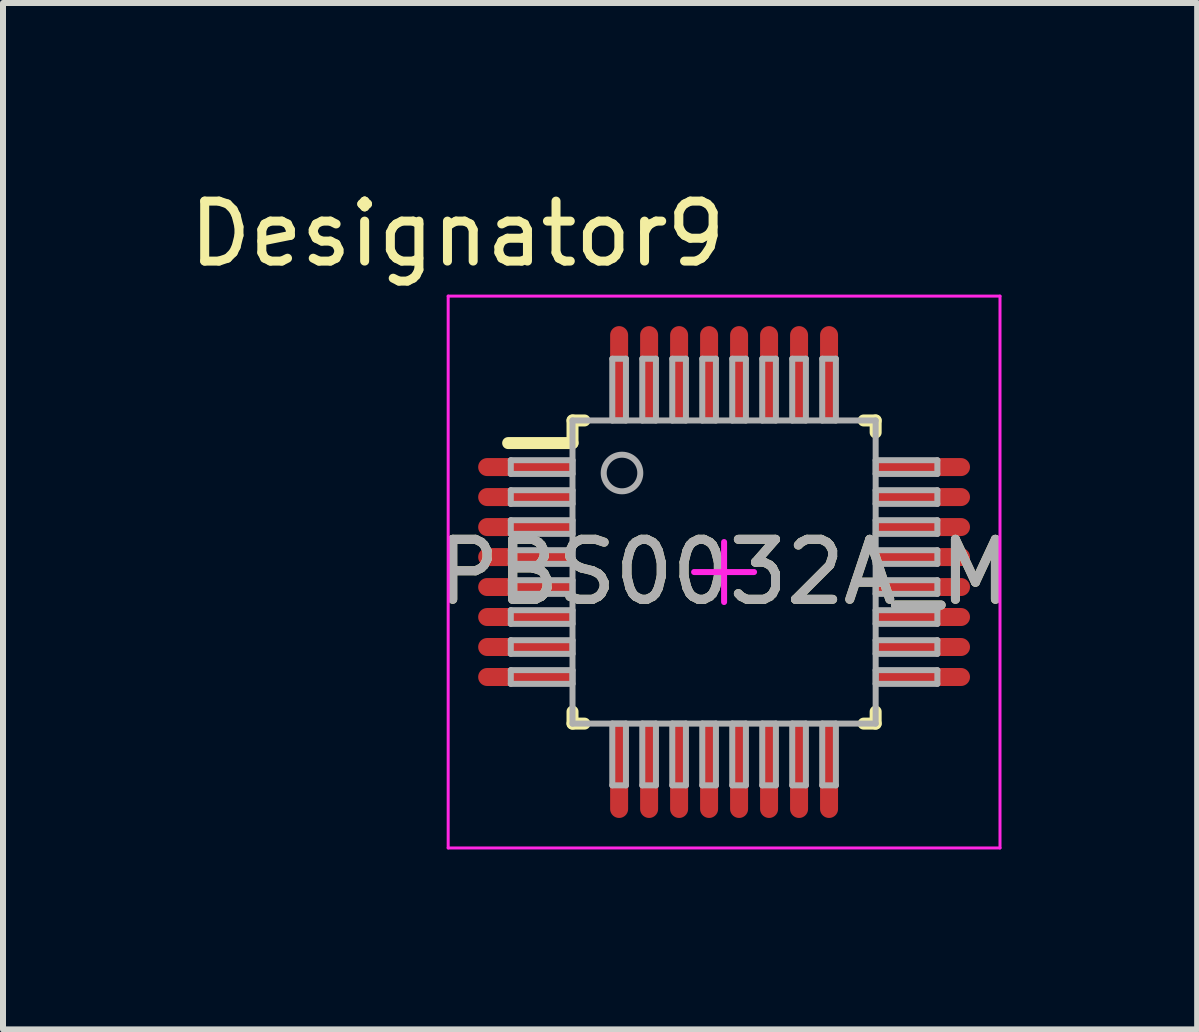
<source format=kicad_pcb>
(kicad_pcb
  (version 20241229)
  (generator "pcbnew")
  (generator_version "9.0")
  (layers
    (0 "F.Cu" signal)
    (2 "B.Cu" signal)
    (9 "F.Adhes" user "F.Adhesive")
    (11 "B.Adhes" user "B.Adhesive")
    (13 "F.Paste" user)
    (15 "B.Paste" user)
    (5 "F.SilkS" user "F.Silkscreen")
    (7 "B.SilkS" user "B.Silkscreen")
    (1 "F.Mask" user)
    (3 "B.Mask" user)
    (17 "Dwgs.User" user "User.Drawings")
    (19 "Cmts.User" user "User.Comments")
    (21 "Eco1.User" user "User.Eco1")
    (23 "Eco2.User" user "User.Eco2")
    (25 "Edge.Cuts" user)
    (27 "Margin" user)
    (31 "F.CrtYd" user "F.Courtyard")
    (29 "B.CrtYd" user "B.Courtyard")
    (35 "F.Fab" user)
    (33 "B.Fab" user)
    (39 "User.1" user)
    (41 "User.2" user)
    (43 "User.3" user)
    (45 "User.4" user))
  (footprint "PBS0032A_M"
    (layer "F.Cu")
    (at 9.022 6.487)
    (property "Reference" "PBS0032A_M" (at 0 0 0) (unlocked yes) (layer "F.SilkS") (effects (font (size 1 1) (thickness 0.15))))
    (attr smd)
    (fp_line (start -3.6 -2.15) (end -2.527 -2.15) (stroke (width 0.2) (type solid)) (layer "F.SilkS"))
    (fp_line (start -2.527 -2.527) (end -2.327 -2.527) (stroke (width 0.2) (type solid)) (layer "F.SilkS"))
    (fp_line (start -2.527 -2.15) (end -2.527 -2.527) (stroke (width 0.2) (type solid)) (layer "F.SilkS"))
    (fp_line (start -2.527 2.527) (end -2.527 2.327) (stroke (width 0.2) (type solid)) (layer "F.SilkS"))
    (fp_line (start -2.527 2.527) (end -2.327 2.527) (stroke (width 0.2) (type solid)) (layer "F.SilkS"))
    (fp_line (start 2.327 -2.527) (end 2.527 -2.527) (stroke (width 0.2) (type solid)) (layer "F.SilkS"))
    (fp_line (start 2.327 2.527) (end 2.527 2.527) (stroke (width 0.2) (type solid)) (layer "F.SilkS"))
    (fp_line (start 2.527 -2.327) (end 2.527 -2.527) (stroke (width 0.2) (type solid)) (layer "F.SilkS"))
    (fp_line (start 2.527 2.527) (end 2.527 2.327) (stroke (width 0.2) (type solid)) (layer "F.SilkS"))
    (fp_line (start -4.6 -4.6) (end 4.6 -4.6) (stroke (width 0.05) (type solid)) (layer "F.CrtYd"))
    (fp_line (start -4.6 4.6) (end -4.6 -4.6) (stroke (width 0.05) (type solid)) (layer "F.CrtYd"))
    (fp_line (start -4.6 4.6) (end 4.6 4.6) (stroke (width 0.05) (type solid)) (layer "F.CrtYd"))
    (fp_line (start -0.5 0.000003) (end 0.5 0.000003) (stroke (width 0.1) (type solid)) (layer "F.CrtYd"))
    (fp_line (start 0 0.5) (end 0 -0.5) (stroke (width 0.1) (type solid)) (layer "F.CrtYd"))
    (fp_line (start 4.6 4.6) (end 4.6 -4.6) (stroke (width 0.05) (type solid)) (layer "F.CrtYd"))
    (fp_line (start -3.556 -1.864) (end -2.527 -1.864) (stroke (width 0.1) (type solid)) (layer "F.Fab"))
    (fp_line (start -3.556 -1.636) (end -3.556 -1.864) (stroke (width 0.1) (type solid)) (layer "F.Fab"))
    (fp_line (start -3.556 -1.636) (end -2.527 -1.636) (stroke (width 0.1) (type solid)) (layer "F.Fab"))
    (fp_line (start -3.556 -1.364) (end -2.527 -1.364) (stroke (width 0.1) (type solid)) (layer "F.Fab"))
    (fp_line (start -3.556 -1.136) (end -3.556 -1.364) (stroke (width 0.1) (type solid)) (layer "F.Fab"))
    (fp_line (start -3.556 -1.136) (end -2.527 -1.136) (stroke (width 0.1) (type solid)) (layer "F.Fab"))
    (fp_line (start -3.556 -0.864) (end -2.527 -0.864) (stroke (width 0.1) (type solid)) (layer "F.Fab"))
    (fp_line (start -3.556 -0.636) (end -3.556 -0.864) (stroke (width 0.1) (type solid)) (layer "F.Fab"))
    (fp_line (start -3.556 -0.636) (end -2.527 -0.636) (stroke (width 0.1) (type solid)) (layer "F.Fab"))
    (fp_line (start -3.556 -0.364) (end -2.527 -0.364) (stroke (width 0.1) (type solid)) (layer "F.Fab"))
    (fp_line (start -3.556 -0.136) (end -3.556 -0.364) (stroke (width 0.1) (type solid)) (layer "F.Fab"))
    (fp_line (start -3.556 -0.136) (end -2.527 -0.136) (stroke (width 0.1) (type solid)) (layer "F.Fab"))
    (fp_line (start -3.556 0.136) (end -2.527 0.136) (stroke (width 0.1) (type solid)) (layer "F.Fab"))
    (fp_line (start -3.556 0.364) (end -3.556 0.136) (stroke (width 0.1) (type solid)) (layer "F.Fab"))
    (fp_line (start -3.556 0.364) (end -2.527 0.364) (stroke (width 0.1) (type solid)) (layer "F.Fab"))
    (fp_line (start -3.556 0.636) (end -2.527 0.636) (stroke (width 0.1) (type solid)) (layer "F.Fab"))
    (fp_line (start -3.556 0.864) (end -3.556 0.636) (stroke (width 0.1) (type solid)) (layer "F.Fab"))
    (fp_line (start -3.556 0.864) (end -2.527 0.864) (stroke (width 0.1) (type solid)) (layer "F.Fab"))
    (fp_line (start -3.556 1.136) (end -2.527 1.136) (stroke (width 0.1) (type solid)) (layer "F.Fab"))
    (fp_line (start -3.556 1.364) (end -3.556 1.136) (stroke (width 0.1) (type solid)) (layer "F.Fab"))
    (fp_line (start -3.556 1.364) (end -2.527 1.364) (stroke (width 0.1) (type solid)) (layer "F.Fab"))
    (fp_line (start -3.556 1.636) (end -2.527 1.636) (stroke (width 0.1) (type solid)) (layer "F.Fab"))
    (fp_line (start -3.556 1.864) (end -3.556 1.636) (stroke (width 0.1) (type solid)) (layer "F.Fab"))
    (fp_line (start -3.556 1.864) (end -2.527 1.864) (stroke (width 0.1) (type solid)) (layer "F.Fab"))
    (fp_line (start -2.527 -2.527) (end 2.527 -2.527) (stroke (width 0.1) (type solid)) (layer "F.Fab"))
    (fp_line (start -2.527 -1.636) (end -2.527 -1.864) (stroke (width 0.1) (type solid)) (layer "F.Fab"))
    (fp_line (start -2.527 -1.136) (end -2.527 -1.364) (stroke (width 0.1) (type solid)) (layer "F.Fab"))
    (fp_line (start -2.527 -0.636) (end -2.527 -0.864) (stroke (width 0.1) (type solid)) (layer "F.Fab"))
    (fp_line (start -2.527 -0.136) (end -2.527 -0.364) (stroke (width 0.1) (type solid)) (layer "F.Fab"))
    (fp_line (start -2.527 0.364) (end -2.527 0.136) (stroke (width 0.1) (type solid)) (layer "F.Fab"))
    (fp_line (start -2.527 0.864) (end -2.527 0.636) (stroke (width 0.1) (type solid)) (layer "F.Fab"))
    (fp_line (start -2.527 1.364) (end -2.527 1.136) (stroke (width 0.1) (type solid)) (layer "F.Fab"))
    (fp_line (start -2.527 1.864) (end -2.527 1.636) (stroke (width 0.1) (type solid)) (layer "F.Fab"))
    (fp_line (start -2.527 2.527) (end -2.527 -2.527) (stroke (width 0.1) (type solid)) (layer "F.Fab"))
    (fp_line (start -2.527 2.527) (end 2.527 2.527) (stroke (width 0.1) (type solid)) (layer "F.Fab"))
    (fp_line (start -1.864 -3.556) (end -1.636 -3.556) (stroke (width 0.1) (type solid)) (layer "F.Fab"))
    (fp_line (start -1.864 -2.527) (end -1.864 -3.556) (stroke (width 0.1) (type solid)) (layer "F.Fab"))
    (fp_line (start -1.864 -2.527) (end -1.636 -2.527) (stroke (width 0.1) (type solid)) (layer "F.Fab"))
    (fp_line (start -1.864 2.527) (end -1.636 2.527) (stroke (width 0.1) (type solid)) (layer "F.Fab"))
    (fp_line (start -1.864 3.556) (end -1.864 2.527) (stroke (width 0.1) (type solid)) (layer "F.Fab"))
    (fp_line (start -1.864 3.556) (end -1.636 3.556) (stroke (width 0.1) (type solid)) (layer "F.Fab"))
    (fp_line (start -1.636 -2.527) (end -1.636 -3.556) (stroke (width 0.1) (type solid)) (layer "F.Fab"))
    (fp_line (start -1.636 3.556) (end -1.636 2.527) (stroke (width 0.1) (type solid)) (layer "F.Fab"))
    (fp_line (start -1.364 -3.556) (end -1.136 -3.556) (stroke (width 0.1) (type solid)) (layer "F.Fab"))
    (fp_line (start -1.364 -2.527) (end -1.364 -3.556) (stroke (width 0.1) (type solid)) (layer "F.Fab"))
    (fp_line (start -1.364 -2.527) (end -1.136 -2.527) (stroke (width 0.1) (type solid)) (layer "F.Fab"))
    (fp_line (start -1.364 2.527) (end -1.136 2.527) (stroke (width 0.1) (type solid)) (layer "F.Fab"))
    (fp_line (start -1.364 3.556) (end -1.364 2.527) (stroke (width 0.1) (type solid)) (layer "F.Fab"))
    (fp_line (start -1.364 3.556) (end -1.136 3.556) (stroke (width 0.1) (type solid)) (layer "F.Fab"))
    (fp_line (start -1.136 -2.527) (end -1.136 -3.556) (stroke (width 0.1) (type solid)) (layer "F.Fab"))
    (fp_line (start -1.136 3.556) (end -1.136 2.527) (stroke (width 0.1) (type solid)) (layer "F.Fab"))
    (fp_line (start -0.864 -3.556) (end -0.636 -3.556) (stroke (width 0.1) (type solid)) (layer "F.Fab"))
    (fp_line (start -0.864 -2.527) (end -0.864 -3.556) (stroke (width 0.1) (type solid)) (layer "F.Fab"))
    (fp_line (start -0.864 -2.527) (end -0.636 -2.527) (stroke (width 0.1) (type solid)) (layer "F.Fab"))
    (fp_line (start -0.864 2.527) (end -0.636 2.527) (stroke (width 0.1) (type solid)) (layer "F.Fab"))
    (fp_line (start -0.864 3.556) (end -0.864 2.527) (stroke (width 0.1) (type solid)) (layer "F.Fab"))
    (fp_line (start -0.864 3.556) (end -0.636 3.556) (stroke (width 0.1) (type solid)) (layer "F.Fab"))
    (fp_line (start -0.636 -2.527) (end -0.636 -3.556) (stroke (width 0.1) (type solid)) (layer "F.Fab"))
    (fp_line (start -0.636 3.556) (end -0.636 2.527) (stroke (width 0.1) (type solid)) (layer "F.Fab"))
    (fp_line (start -0.364 -3.556) (end -0.136 -3.556) (stroke (width 0.1) (type solid)) (layer "F.Fab"))
    (fp_line (start -0.364 -2.527) (end -0.364 -3.556) (stroke (width 0.1) (type solid)) (layer "F.Fab"))
    (fp_line (start -0.364 -2.527) (end -0.136 -2.527) (stroke (width 0.1) (type solid)) (layer "F.Fab"))
    (fp_line (start -0.364 2.527) (end -0.136 2.527) (stroke (width 0.1) (type solid)) (layer "F.Fab"))
    (fp_line (start -0.364 3.556) (end -0.364 2.527) (stroke (width 0.1) (type solid)) (layer "F.Fab"))
    (fp_line (start -0.364 3.556) (end -0.136 3.556) (stroke (width 0.1) (type solid)) (layer "F.Fab"))
    (fp_line (start -0.136 -2.527) (end -0.136 -3.556) (stroke (width 0.1) (type solid)) (layer "F.Fab"))
    (fp_line (start -0.136 3.556) (end -0.136 2.527) (stroke (width 0.1) (type solid)) (layer "F.Fab"))
    (fp_line (start 0.136 -3.556) (end 0.364 -3.556) (stroke (width 0.1) (type solid)) (layer "F.Fab"))
    (fp_line (start 0.136 -2.527) (end 0.136 -3.556) (stroke (width 0.1) (type solid)) (layer "F.Fab"))
    (fp_line (start 0.136 -2.527) (end 0.364 -2.527) (stroke (width 0.1) (type solid)) (layer "F.Fab"))
    (fp_line (start 0.136 2.527) (end 0.364 2.527) (stroke (width 0.1) (type solid)) (layer "F.Fab"))
    (fp_line (start 0.136 3.556) (end 0.136 2.527) (stroke (width 0.1) (type solid)) (layer "F.Fab"))
    (fp_line (start 0.136 3.556) (end 0.364 3.556) (stroke (width 0.1) (type solid)) (layer "F.Fab"))
    (fp_line (start 0.364 -2.527) (end 0.364 -3.556) (stroke (width 0.1) (type solid)) (layer "F.Fab"))
    (fp_line (start 0.364 3.556) (end 0.364 2.527) (stroke (width 0.1) (type solid)) (layer "F.Fab"))
    (fp_line (start 0.636 -3.556) (end 0.864 -3.556) (stroke (width 0.1) (type solid)) (layer "F.Fab"))
    (fp_line (start 0.636 -2.527) (end 0.636 -3.556) (stroke (width 0.1) (type solid)) (layer "F.Fab"))
    (fp_line (start 0.636 -2.527) (end 0.864 -2.527) (stroke (width 0.1) (type solid)) (layer "F.Fab"))
    (fp_line (start 0.636 2.527) (end 0.864 2.527) (stroke (width 0.1) (type solid)) (layer "F.Fab"))
    (fp_line (start 0.636 3.556) (end 0.636 2.527) (stroke (width 0.1) (type solid)) (layer "F.Fab"))
    (fp_line (start 0.636 3.556) (end 0.864 3.556) (stroke (width 0.1) (type solid)) (layer "F.Fab"))
    (fp_line (start 0.864 -2.527) (end 0.864 -3.556) (stroke (width 0.1) (type solid)) (layer "F.Fab"))
    (fp_line (start 0.864 3.556) (end 0.864 2.527) (stroke (width 0.1) (type solid)) (layer "F.Fab"))
    (fp_line (start 1.136 -3.556) (end 1.364 -3.556) (stroke (width 0.1) (type solid)) (layer "F.Fab"))
    (fp_line (start 1.136 -2.527) (end 1.136 -3.556) (stroke (width 0.1) (type solid)) (layer "F.Fab"))
    (fp_line (start 1.136 -2.527) (end 1.364 -2.527) (stroke (width 0.1) (type solid)) (layer "F.Fab"))
    (fp_line (start 1.136 2.527) (end 1.364 2.527) (stroke (width 0.1) (type solid)) (layer "F.Fab"))
    (fp_line (start 1.136 3.556) (end 1.136 2.527) (stroke (width 0.1) (type solid)) (layer "F.Fab"))
    (fp_line (start 1.136 3.556) (end 1.364 3.556) (stroke (width 0.1) (type solid)) (layer "F.Fab"))
    (fp_line (start 1.364 -2.527) (end 1.364 -3.556) (stroke (width 0.1) (type solid)) (layer "F.Fab"))
    (fp_line (start 1.364 3.556) (end 1.364 2.527) (stroke (width 0.1) (type solid)) (layer "F.Fab"))
    (fp_line (start 1.636 -3.556) (end 1.864 -3.556) (stroke (width 0.1) (type solid)) (layer "F.Fab"))
    (fp_line (start 1.636 -2.527) (end 1.636 -3.556) (stroke (width 0.1) (type solid)) (layer "F.Fab"))
    (fp_line (start 1.636 -2.527) (end 1.864 -2.527) (stroke (width 0.1) (type solid)) (layer "F.Fab"))
    (fp_line (start 1.636 2.527) (end 1.864 2.527) (stroke (width 0.1) (type solid)) (layer "F.Fab"))
    (fp_line (start 1.636 3.556) (end 1.636 2.527) (stroke (width 0.1) (type solid)) (layer "F.Fab"))
    (fp_line (start 1.636 3.556) (end 1.864 3.556) (stroke (width 0.1) (type solid)) (layer "F.Fab"))
    (fp_line (start 1.864 -2.527) (end 1.864 -3.556) (stroke (width 0.1) (type solid)) (layer "F.Fab"))
    (fp_line (start 1.864 3.556) (end 1.864 2.527) (stroke (width 0.1) (type solid)) (layer "F.Fab"))
    (fp_line (start 2.527 -1.864) (end 3.556 -1.864) (stroke (width 0.1) (type solid)) (layer "F.Fab"))
    (fp_line (start 2.527 -1.636) (end 2.527 -1.864) (stroke (width 0.1) (type solid)) (layer "F.Fab"))
    (fp_line (start 2.527 -1.636) (end 3.556 -1.636) (stroke (width 0.1) (type solid)) (layer "F.Fab"))
    (fp_line (start 2.527 -1.364) (end 3.556 -1.364) (stroke (width 0.1) (type solid)) (layer "F.Fab"))
    (fp_line (start 2.527 -1.136) (end 2.527 -1.364) (stroke (width 0.1) (type solid)) (layer "F.Fab"))
    (fp_line (start 2.527 -1.136) (end 3.556 -1.136) (stroke (width 0.1) (type solid)) (layer "F.Fab"))
    (fp_line (start 2.527 -0.864) (end 3.556 -0.864) (stroke (width 0.1) (type solid)) (layer "F.Fab"))
    (fp_line (start 2.527 -0.636) (end 2.527 -0.864) (stroke (width 0.1) (type solid)) (layer "F.Fab"))
    (fp_line (start 2.527 -0.636) (end 3.556 -0.636) (stroke (width 0.1) (type solid)) (layer "F.Fab"))
    (fp_line (start 2.527 -0.364) (end 3.556 -0.364) (stroke (width 0.1) (type solid)) (layer "F.Fab"))
    (fp_line (start 2.527 -0.136) (end 2.527 -0.364) (stroke (width 0.1) (type solid)) (layer "F.Fab"))
    (fp_line (start 2.527 -0.136) (end 3.556 -0.136) (stroke (width 0.1) (type solid)) (layer "F.Fab"))
    (fp_line (start 2.527 0.136) (end 3.556 0.136) (stroke (width 0.1) (type solid)) (layer "F.Fab"))
    (fp_line (start 2.527 0.364) (end 2.527 0.136) (stroke (width 0.1) (type solid)) (layer "F.Fab"))
    (fp_line (start 2.527 0.364) (end 3.556 0.364) (stroke (width 0.1) (type solid)) (layer "F.Fab"))
    (fp_line (start 2.527 0.636) (end 3.556 0.636) (stroke (width 0.1) (type solid)) (layer "F.Fab"))
    (fp_line (start 2.527 0.864) (end 2.527 0.636) (stroke (width 0.1) (type solid)) (layer "F.Fab"))
    (fp_line (start 2.527 0.864) (end 3.556 0.864) (stroke (width 0.1) (type solid)) (layer "F.Fab"))
    (fp_line (start 2.527 1.136) (end 3.556 1.136) (stroke (width 0.1) (type solid)) (layer "F.Fab"))
    (fp_line (start 2.527 1.364) (end 2.527 1.136) (stroke (width 0.1) (type solid)) (layer "F.Fab"))
    (fp_line (start 2.527 1.364) (end 3.556 1.364) (stroke (width 0.1) (type solid)) (layer "F.Fab"))
    (fp_line (start 2.527 1.636) (end 3.556 1.636) (stroke (width 0.1) (type solid)) (layer "F.Fab"))
    (fp_line (start 2.527 1.864) (end 2.527 1.636) (stroke (width 0.1) (type solid)) (layer "F.Fab"))
    (fp_line (start 2.527 1.864) (end 3.556 1.864) (stroke (width 0.1) (type solid)) (layer "F.Fab"))
    (fp_line (start 2.527 2.527) (end 2.527 -2.527) (stroke (width 0.1) (type solid)) (layer "F.Fab"))
    (fp_line (start 3.556 -1.636) (end 3.556 -1.864) (stroke (width 0.1) (type solid)) (layer "F.Fab"))
    (fp_line (start 3.556 -1.136) (end 3.556 -1.364) (stroke (width 0.1) (type solid)) (layer "F.Fab"))
    (fp_line (start 3.556 -0.636) (end 3.556 -0.864) (stroke (width 0.1) (type solid)) (layer "F.Fab"))
    (fp_line (start 3.556 -0.136) (end 3.556 -0.364) (stroke (width 0.1) (type solid)) (layer "F.Fab"))
    (fp_line (start 3.556 0.364) (end 3.556 0.136) (stroke (width 0.1) (type solid)) (layer "F.Fab"))
    (fp_line (start 3.556 0.864) (end 3.556 0.636) (stroke (width 0.1) (type solid)) (layer "F.Fab"))
    (fp_line (start 3.556 1.364) (end 3.556 1.136) (stroke (width 0.1) (type solid)) (layer "F.Fab"))
    (fp_line (start 3.556 1.864) (end 3.556 1.636) (stroke (width 0.1) (type solid)) (layer "F.Fab"))
    (fp_circle (center -1.702 -1.651) (end -1.397 -1.651) (stroke (width 0.1) (type solid)) (fill no) (layer "F.Fab"))
    (fp_text user "Designator9" (at -4.445 -5.639 0) (unlocked yes) (layer "F.SilkS") (effects (font (size 1 1) (thickness 0.15))))
    (fp_text user "${REFERENCE}" (at 0 0 0) (unlocked yes) (layer "F.Fab") (effects (font (size 1 1) (thickness 0.15))))
    (pad "1" smd oval (at -3.3 -1.75 90) (size 0.3 1.6) (layers "F.Cu" "F.Mask" "F.Paste"))
    (pad "2" smd oval (at -3.3 -1.25 90) (size 0.3 1.6) (layers "F.Cu" "F.Mask" "F.Paste"))
    (pad "3" smd oval (at -3.3 -0.75 90) (size 0.3 1.6) (layers "F.Cu" "F.Mask" "F.Paste"))
    (pad "4" smd oval (at -3.3 -0.25 90) (size 0.3 1.6) (layers "F.Cu" "F.Mask" "F.Paste"))
    (pad "5" smd oval (at -3.3 0.25 90) (size 0.3 1.6) (layers "F.Cu" "F.Mask" "F.Paste"))
    (pad "6" smd oval (at -3.3 0.75 90) (size 0.3 1.6) (layers "F.Cu" "F.Mask" "F.Paste"))
    (pad "7" smd oval (at -3.3 1.25 90) (size 0.3 1.6) (layers "F.Cu" "F.Mask" "F.Paste"))
    (pad "8" smd oval (at -3.3 1.75 90) (size 0.3 1.6) (layers "F.Cu" "F.Mask" "F.Paste"))
    (pad "9" smd oval (at -1.75 3.3) (size 0.3 1.6) (layers "F.Cu" "F.Mask" "F.Paste"))
    (pad "10" smd oval (at -1.25 3.3) (size 0.3 1.6) (layers "F.Cu" "F.Mask" "F.Paste"))
    (pad "11" smd oval (at -0.75 3.3) (size 0.3 1.6) (layers "F.Cu" "F.Mask" "F.Paste"))
    (pad "12" smd oval (at -0.25 3.3) (size 0.3 1.6) (layers "F.Cu" "F.Mask" "F.Paste"))
    (pad "13" smd oval (at 0.25 3.3) (size 0.3 1.6) (layers "F.Cu" "F.Mask" "F.Paste"))
    (pad "14" smd oval (at 0.75 3.3) (size 0.3 1.6) (layers "F.Cu" "F.Mask" "F.Paste"))
    (pad "15" smd oval (at 1.25 3.3) (size 0.3 1.6) (layers "F.Cu" "F.Mask" "F.Paste"))
    (pad "16" smd oval (at 1.75 3.3) (size 0.3 1.6) (layers "F.Cu" "F.Mask" "F.Paste"))
    (pad "17" smd oval (at 3.3 1.75 90) (size 0.3 1.6) (layers "F.Cu" "F.Mask" "F.Paste"))
    (pad "18" smd oval (at 3.3 1.25 90) (size 0.3 1.6) (layers "F.Cu" "F.Mask" "F.Paste"))
    (pad "19" smd oval (at 3.3 0.75 90) (size 0.3 1.6) (layers "F.Cu" "F.Mask" "F.Paste"))
    (pad "20" smd oval (at 3.3 0.25 90) (size 0.3 1.6) (layers "F.Cu" "F.Mask" "F.Paste"))
    (pad "21" smd oval (at 3.3 -0.25 90) (size 0.3 1.6) (layers "F.Cu" "F.Mask" "F.Paste"))
    (pad "22" smd oval (at 3.3 -0.75 90) (size 0.3 1.6) (layers "F.Cu" "F.Mask" "F.Paste"))
    (pad "23" smd oval (at 3.3 -1.25 90) (size 0.3 1.6) (layers "F.Cu" "F.Mask" "F.Paste"))
    (pad "24" smd oval (at 3.3 -1.75 90) (size 0.3 1.6) (layers "F.Cu" "F.Mask" "F.Paste"))
    (pad "25" smd oval (at 1.75 -3.3) (size 0.3 1.6) (layers "F.Cu" "F.Mask" "F.Paste"))
    (pad "26" smd oval (at 1.25 -3.3) (size 0.3 1.6) (layers "F.Cu" "F.Mask" "F.Paste"))
    (pad "27" smd oval (at 0.75 -3.3) (size 0.3 1.6) (layers "F.Cu" "F.Mask" "F.Paste"))
    (pad "28" smd oval (at 0.25 -3.3) (size 0.3 1.6) (layers "F.Cu" "F.Mask" "F.Paste"))
    (pad "29" smd oval (at -0.25 -3.3) (size 0.3 1.6) (layers "F.Cu" "F.Mask" "F.Paste"))
    (pad "30" smd oval (at -0.75 -3.3) (size 0.3 1.6) (layers "F.Cu" "F.Mask" "F.Paste"))
    (pad "31" smd oval (at -1.25 -3.3) (size 0.3 1.6) (layers "F.Cu" "F.Mask" "F.Paste"))
    (pad "32" smd oval (at -1.75 -3.3) (size 0.3 1.6) (layers "F.Cu" "F.Mask" "F.Paste")))
  (gr_rect
    (start -3 -3)
    (end 16.909 14.112)
    (stroke (width 0.1) (type default))
    (fill no)
    (layer "Edge.Cuts")))
</source>
